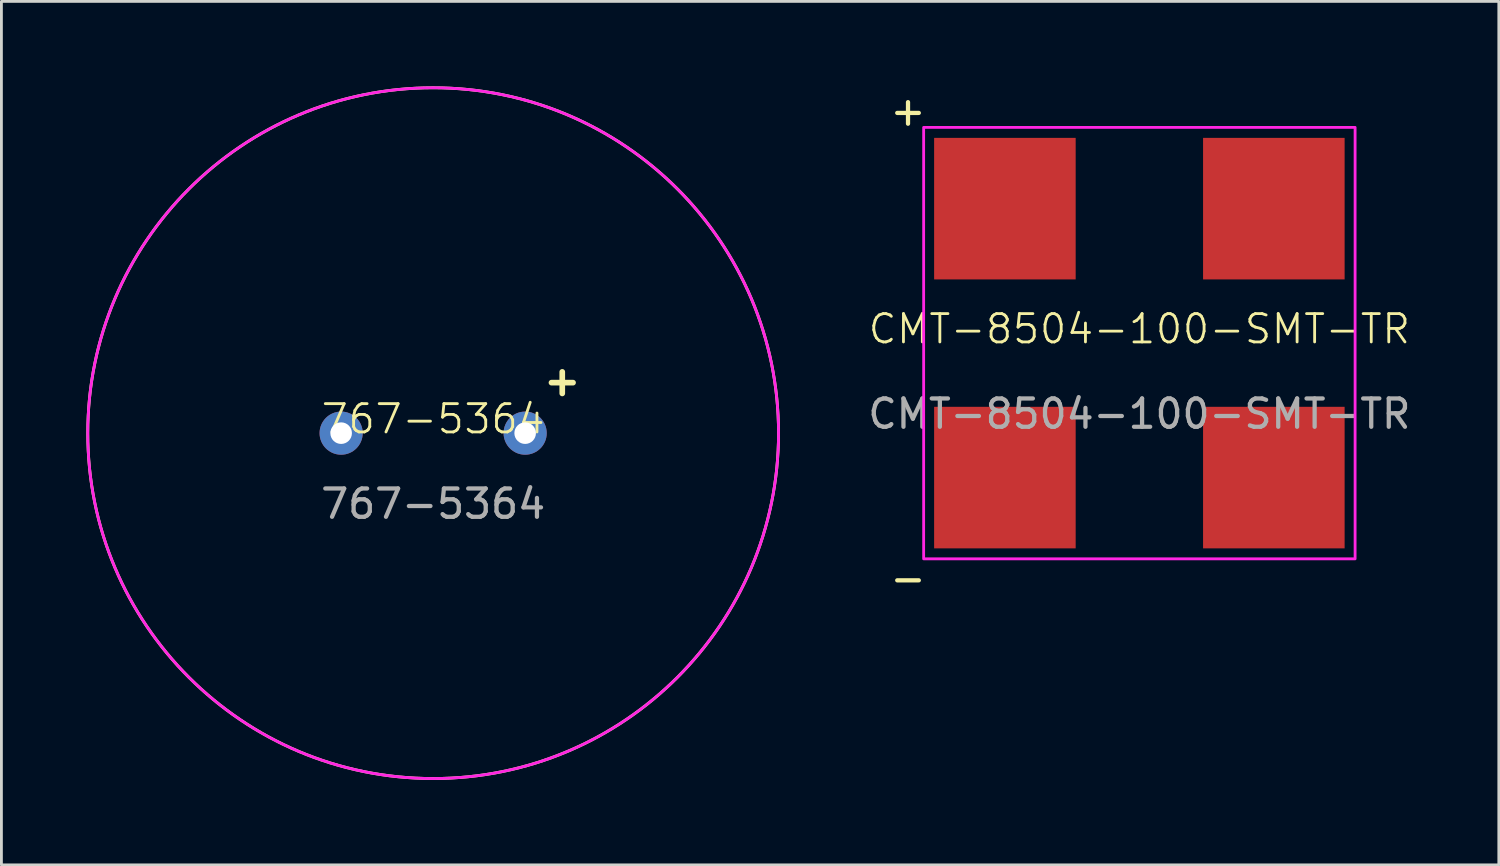
<source format=kicad_pcb>
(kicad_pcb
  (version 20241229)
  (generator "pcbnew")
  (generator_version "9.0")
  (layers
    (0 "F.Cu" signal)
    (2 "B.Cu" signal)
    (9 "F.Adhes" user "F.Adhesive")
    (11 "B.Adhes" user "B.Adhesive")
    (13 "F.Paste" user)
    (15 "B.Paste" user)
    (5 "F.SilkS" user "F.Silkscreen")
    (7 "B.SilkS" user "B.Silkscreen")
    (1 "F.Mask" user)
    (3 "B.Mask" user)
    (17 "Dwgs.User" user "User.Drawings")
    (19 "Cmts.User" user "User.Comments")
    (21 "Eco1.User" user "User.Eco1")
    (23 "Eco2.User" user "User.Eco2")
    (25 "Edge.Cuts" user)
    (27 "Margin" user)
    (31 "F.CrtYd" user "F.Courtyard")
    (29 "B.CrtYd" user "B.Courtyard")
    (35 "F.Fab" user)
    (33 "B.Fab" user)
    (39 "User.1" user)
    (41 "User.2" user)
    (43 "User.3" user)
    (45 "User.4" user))
  (footprint "CMT-8504-100-SMT-TR"
    (layer "F.Cu")
    (at 37.196 9.07)
    (property "Reference" "CMT-8504-100-SMT-TR" (at 0 -0.5 0) (unlocked yes) (layer "F.SilkS") (effects (font (size 1 1) (thickness 0.1))))
    (attr smd)
    (fp_rect (start -7.62 -7.62) (end 7.62 7.62) (stroke (width 0.1) (type default)) (fill no) (layer "F.CrtYd"))
    (fp_text user "+" (at -8.89 -7.62 0) (unlocked yes) (layer "F.SilkS") (effects (font (size 1 1) (thickness 0.15)) (justify left bottom)))
    (fp_text user "-" (at -8.89 8.89 0) (unlocked yes) (layer "F.SilkS") (effects (font (size 1 1) (thickness 0.15)) (justify left bottom)))
    (fp_text user "${REFERENCE}" (at 0 2.5 0) (unlocked yes) (layer "F.Fab") (effects (font (size 1 1) (thickness 0.15))))
    (pad "1" smd rect (at -4.75 -4.75) (size 5 5) (layers "F.Cu" "F.Mask" "F.Paste"))
    (pad "2" smd rect (at -4.75 4.75) (size 5 5) (layers "F.Cu" "F.Mask" "F.Paste"))
    (pad "3" smd rect (at 4.75 4.75 90) (size 5 5) (layers "F.Cu" "F.Mask" "F.Paste"))
    (pad "4" smd rect (at 4.75 -4.75 90) (size 5 5) (layers "F.Cu" "F.Mask" "F.Paste")))
  (footprint "767-5364"
    (layer "F.Cu")
    (at 12.25 12.25)
    (property "Reference" "767-5364" (at 0 -0.5 0) (unlocked yes) (layer "F.SilkS") (effects (font (size 1 1) (thickness 0.1))))
    (attr through_hole)
    (fp_circle (center 0 0) (end 12.2 0) (stroke (width 0.1) (type default)) (fill no) (layer "F.SilkS"))
    (fp_circle (center 0 0) (end 12.2 0) (stroke (width 0.1) (type default)) (fill no) (layer "F.CrtYd"))
    (fp_text user "+" (at 3.81 -1.27 0) (unlocked yes) (layer "F.SilkS") (effects (font (size 1 1) (thickness 0.2) (bold yes)) (justify left bottom)))
    (fp_text user "${REFERENCE}" (at 0 2.5 0) (unlocked yes) (layer "F.Fab") (effects (font (size 1 1) (thickness 0.15))))
    (pad "1" thru_hole circle (at 3.25 0) (size 1.524 1.524) (drill 0.762) (layers "*.Cu" "*.Mask"))
    (pad "2" thru_hole circle (at -3.25 0) (size 1.524 1.524) (drill 0.762) (layers "*.Cu" "*.Mask")))
  (gr_rect
    (start -3 -3)
    (end 49.893 27.5)
    (stroke (width 0.1) (type default))
    (fill no)
    (layer "Edge.Cuts")))
</source>
